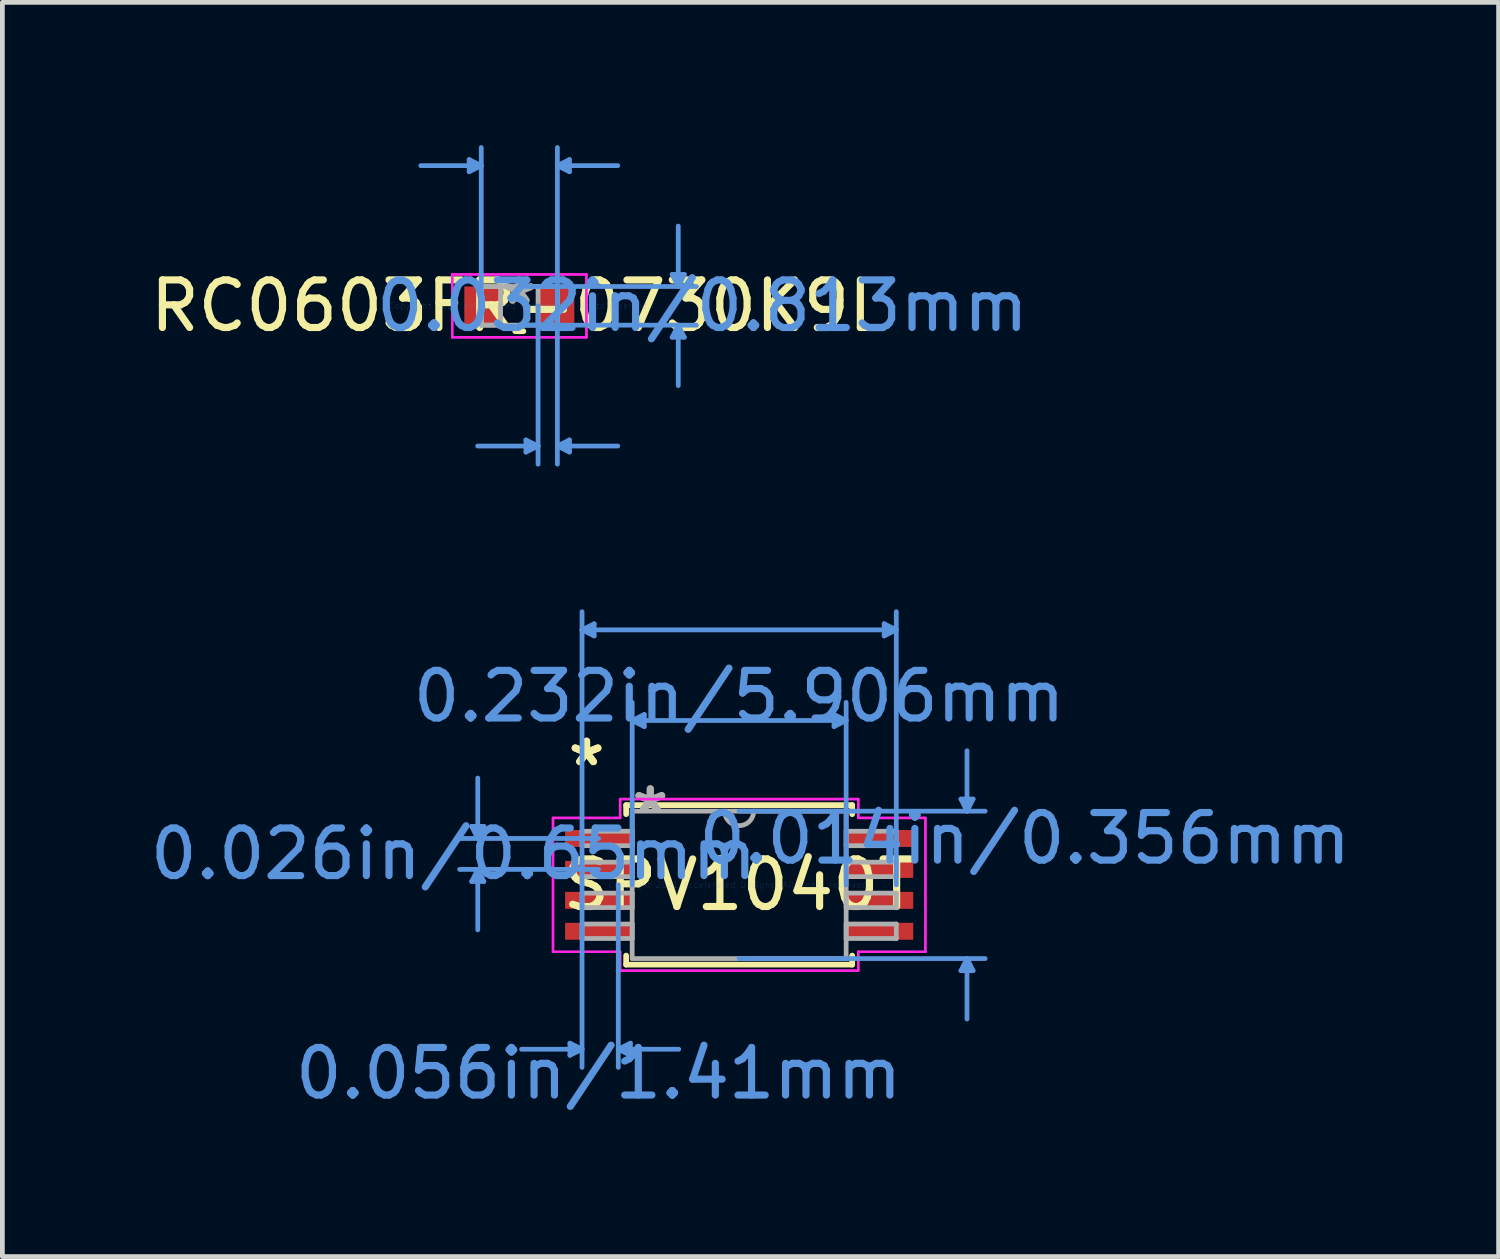
<source format=kicad_pcb>
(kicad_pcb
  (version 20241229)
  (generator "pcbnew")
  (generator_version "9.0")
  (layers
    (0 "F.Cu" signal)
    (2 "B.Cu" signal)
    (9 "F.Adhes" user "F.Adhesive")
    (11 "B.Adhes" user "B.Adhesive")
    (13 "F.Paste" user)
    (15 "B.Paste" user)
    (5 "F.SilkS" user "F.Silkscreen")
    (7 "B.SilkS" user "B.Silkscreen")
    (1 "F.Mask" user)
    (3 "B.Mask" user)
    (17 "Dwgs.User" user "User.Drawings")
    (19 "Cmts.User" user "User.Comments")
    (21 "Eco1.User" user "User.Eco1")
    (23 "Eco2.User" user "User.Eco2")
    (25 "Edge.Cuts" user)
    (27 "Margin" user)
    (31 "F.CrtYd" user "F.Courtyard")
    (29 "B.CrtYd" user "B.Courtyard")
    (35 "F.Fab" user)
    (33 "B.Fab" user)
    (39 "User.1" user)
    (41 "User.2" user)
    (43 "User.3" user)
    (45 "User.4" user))
  (footprint "SPV1040T"
    (layer "F.Cu")
    (at 12.483 15.545)
    (property "Reference" "SPV1040T" (at 0 0 0) (layer "F.SilkS") (effects (font (size 1 1) (thickness 0.15))))
    (attr through_hole)
    (fp_line (start -2.375 -1.676) (end -2.375 -1.486) (stroke (width 0.12) (type solid)) (layer "F.SilkS"))
    (fp_line (start -2.375 1.486) (end -2.375 1.676) (stroke (width 0.12) (type solid)) (layer "F.SilkS"))
    (fp_line (start -2.375 1.676) (end 2.375 1.676) (stroke (width 0.12) (type solid)) (layer "F.SilkS"))
    (fp_line (start 2.375 -1.676) (end -2.375 -1.676) (stroke (width 0.12) (type solid)) (layer "F.SilkS"))
    (fp_line (start 2.375 -1.486) (end 2.375 -1.676) (stroke (width 0.12) (type solid)) (layer "F.SilkS"))
    (fp_line (start 2.375 1.676) (end 2.375 1.486) (stroke (width 0.12) (type solid)) (layer "F.SilkS"))
    (fp_line (start -5.62 -1.229) (end -5.366 -1.229) (stroke (width 0.1) (type solid)) (layer "Cmts.User"))
    (fp_line (start -5.62 -0.071) (end -5.366 -0.071) (stroke (width 0.1) (type solid)) (layer "Cmts.User"))
    (fp_line (start -5.493 -0.975) (end -5.62 -1.229) (stroke (width 0.1) (type solid)) (layer "Cmts.User"))
    (fp_line (start -5.493 -0.975) (end -5.493 -2.245) (stroke (width 0.1) (type solid)) (layer "Cmts.User"))
    (fp_line (start -5.493 -0.975) (end -5.366 -1.229) (stroke (width 0.1) (type solid)) (layer "Cmts.User"))
    (fp_line (start -5.493 -0.325) (end -5.62 -0.071) (stroke (width 0.1) (type solid)) (layer "Cmts.User"))
    (fp_line (start -5.493 -0.325) (end -5.493 0.945) (stroke (width 0.1) (type solid)) (layer "Cmts.User"))
    (fp_line (start -5.493 -0.325) (end -5.366 -0.071) (stroke (width 0.1) (type solid)) (layer "Cmts.User"))
    (fp_line (start -3.556 3.327) (end -3.556 3.581) (stroke (width 0.1) (type solid)) (layer "Cmts.User"))
    (fp_line (start -3.302 -5.359) (end -3.048 -5.486) (stroke (width 0.1) (type solid)) (layer "Cmts.User"))
    (fp_line (start -3.302 -5.359) (end -3.048 -5.232) (stroke (width 0.1) (type solid)) (layer "Cmts.User"))
    (fp_line (start -3.302 -5.359) (end 3.302 -5.359) (stroke (width 0.1) (type solid)) (layer "Cmts.User"))
    (fp_line (start -3.302 0) (end -3.302 -5.74) (stroke (width 0.1) (type solid)) (layer "Cmts.User"))
    (fp_line (start -3.302 0) (end -3.302 3.835) (stroke (width 0.1) (type solid)) (layer "Cmts.User"))
    (fp_line (start -3.302 3.454) (end -4.572 3.454) (stroke (width 0.1) (type solid)) (layer "Cmts.User"))
    (fp_line (start -3.302 3.454) (end -3.556 3.327) (stroke (width 0.1) (type solid)) (layer "Cmts.User"))
    (fp_line (start -3.302 3.454) (end -3.556 3.581) (stroke (width 0.1) (type solid)) (layer "Cmts.User"))
    (fp_line (start -3.048 -5.486) (end -3.048 -5.232) (stroke (width 0.1) (type solid)) (layer "Cmts.User"))
    (fp_line (start -2.953 -0.975) (end -5.874 -0.975) (stroke (width 0.1) (type solid)) (layer "Cmts.User"))
    (fp_line (start -2.953 -0.325) (end -5.874 -0.325) (stroke (width 0.1) (type solid)) (layer "Cmts.User"))
    (fp_line (start -2.54 0) (end -2.54 3.835) (stroke (width 0.1) (type solid)) (layer "Cmts.User"))
    (fp_line (start -2.54 3.454) (end -2.286 3.327) (stroke (width 0.1) (type solid)) (layer "Cmts.User"))
    (fp_line (start -2.54 3.454) (end -2.286 3.581) (stroke (width 0.1) (type solid)) (layer "Cmts.User"))
    (fp_line (start -2.54 3.454) (end -1.27 3.454) (stroke (width 0.1) (type solid)) (layer "Cmts.User"))
    (fp_line (start -2.286 3.327) (end -2.286 3.581) (stroke (width 0.1) (type solid)) (layer "Cmts.User"))
    (fp_line (start -2.248 -3.454) (end -1.994 -3.581) (stroke (width 0.1) (type solid)) (layer "Cmts.User"))
    (fp_line (start -2.248 -3.454) (end -1.994 -3.327) (stroke (width 0.1) (type solid)) (layer "Cmts.User"))
    (fp_line (start -2.248 -3.454) (end 2.248 -3.454) (stroke (width 0.1) (type solid)) (layer "Cmts.User"))
    (fp_line (start -2.248 0) (end -2.248 -3.835) (stroke (width 0.1) (type solid)) (layer "Cmts.User"))
    (fp_line (start -1.994 -3.581) (end -1.994 -3.327) (stroke (width 0.1) (type solid)) (layer "Cmts.User"))
    (fp_line (start 0 -1.549) (end 5.169 -1.549) (stroke (width 0.1) (type solid)) (layer "Cmts.User"))
    (fp_line (start 0 1.549) (end 5.169 1.549) (stroke (width 0.1) (type solid)) (layer "Cmts.User"))
    (fp_line (start 1.994 -3.581) (end 1.994 -3.327) (stroke (width 0.1) (type solid)) (layer "Cmts.User"))
    (fp_line (start 2.248 -3.454) (end 1.994 -3.581) (stroke (width 0.1) (type solid)) (layer "Cmts.User"))
    (fp_line (start 2.248 -3.454) (end 1.994 -3.327) (stroke (width 0.1) (type solid)) (layer "Cmts.User"))
    (fp_line (start 2.248 0) (end 2.248 -3.835) (stroke (width 0.1) (type solid)) (layer "Cmts.User"))
    (fp_line (start 3.048 -5.486) (end 3.048 -5.232) (stroke (width 0.1) (type solid)) (layer "Cmts.User"))
    (fp_line (start 3.302 -5.359) (end 3.048 -5.486) (stroke (width 0.1) (type solid)) (layer "Cmts.User"))
    (fp_line (start 3.302 -5.359) (end 3.048 -5.232) (stroke (width 0.1) (type solid)) (layer "Cmts.User"))
    (fp_line (start 3.302 0) (end 3.302 -5.74) (stroke (width 0.1) (type solid)) (layer "Cmts.User"))
    (fp_line (start 4.661 -1.803) (end 4.915 -1.803) (stroke (width 0.1) (type solid)) (layer "Cmts.User"))
    (fp_line (start 4.661 1.803) (end 4.915 1.803) (stroke (width 0.1) (type solid)) (layer "Cmts.User"))
    (fp_line (start 4.788 -1.549) (end 4.661 -1.803) (stroke (width 0.1) (type solid)) (layer "Cmts.User"))
    (fp_line (start 4.788 -1.549) (end 4.788 -2.819) (stroke (width 0.1) (type solid)) (layer "Cmts.User"))
    (fp_line (start 4.788 -1.549) (end 4.915 -1.803) (stroke (width 0.1) (type solid)) (layer "Cmts.User"))
    (fp_line (start 4.788 1.549) (end 4.661 1.803) (stroke (width 0.1) (type solid)) (layer "Cmts.User"))
    (fp_line (start 4.788 1.549) (end 4.788 2.819) (stroke (width 0.1) (type solid)) (layer "Cmts.User"))
    (fp_line (start 4.788 1.549) (end 4.915 1.803) (stroke (width 0.1) (type solid)) (layer "Cmts.User"))
    (fp_line (start -3.912 -1.407) (end -2.502 -1.407) (stroke (width 0.05) (type solid)) (layer "F.CrtYd"))
    (fp_line (start -3.912 -1.407) (end -2.502 -1.407) (stroke (width 0.05) (type solid)) (layer "F.CrtYd"))
    (fp_line (start -3.912 1.407) (end -3.912 -1.407) (stroke (width 0.05) (type solid)) (layer "F.CrtYd"))
    (fp_line (start -3.912 1.407) (end -3.912 -1.407) (stroke (width 0.05) (type solid)) (layer "F.CrtYd"))
    (fp_line (start -3.912 1.407) (end -2.502 1.407) (stroke (width 0.05) (type solid)) (layer "F.CrtYd"))
    (fp_line (start -2.502 -1.803) (end 2.502 -1.803) (stroke (width 0.05) (type solid)) (layer "F.CrtYd"))
    (fp_line (start -2.502 -1.803) (end 2.502 -1.803) (stroke (width 0.05) (type solid)) (layer "F.CrtYd"))
    (fp_line (start -2.502 -1.407) (end -2.502 -1.803) (stroke (width 0.05) (type solid)) (layer "F.CrtYd"))
    (fp_line (start -2.502 -1.407) (end -2.502 -1.803) (stroke (width 0.05) (type solid)) (layer "F.CrtYd"))
    (fp_line (start -2.502 1.407) (end -3.912 1.407) (stroke (width 0.05) (type solid)) (layer "F.CrtYd"))
    (fp_line (start -2.502 1.803) (end -2.502 1.407) (stroke (width 0.05) (type solid)) (layer "F.CrtYd"))
    (fp_line (start -2.502 1.803) (end -2.502 1.407) (stroke (width 0.05) (type solid)) (layer "F.CrtYd"))
    (fp_line (start 2.502 -1.803) (end 2.502 -1.407) (stroke (width 0.05) (type solid)) (layer "F.CrtYd"))
    (fp_line (start 2.502 -1.803) (end 2.502 -1.407) (stroke (width 0.05) (type solid)) (layer "F.CrtYd"))
    (fp_line (start 2.502 -1.407) (end 3.912 -1.407) (stroke (width 0.05) (type solid)) (layer "F.CrtYd"))
    (fp_line (start 2.502 1.407) (end 2.502 1.803) (stroke (width 0.05) (type solid)) (layer "F.CrtYd"))
    (fp_line (start 2.502 1.407) (end 2.502 1.803) (stroke (width 0.05) (type solid)) (layer "F.CrtYd"))
    (fp_line (start 2.502 1.803) (end -2.502 1.803) (stroke (width 0.05) (type solid)) (layer "F.CrtYd"))
    (fp_line (start 2.502 1.803) (end -2.502 1.803) (stroke (width 0.05) (type solid)) (layer "F.CrtYd"))
    (fp_line (start 3.912 -1.407) (end 2.502 -1.407) (stroke (width 0.05) (type solid)) (layer "F.CrtYd"))
    (fp_line (start 3.912 -1.407) (end 3.912 1.407) (stroke (width 0.05) (type solid)) (layer "F.CrtYd"))
    (fp_line (start 3.912 -1.407) (end 3.912 1.407) (stroke (width 0.05) (type solid)) (layer "F.CrtYd"))
    (fp_line (start 3.912 1.407) (end 2.502 1.407) (stroke (width 0.05) (type solid)) (layer "F.CrtYd"))
    (fp_line (start 3.912 1.407) (end 2.502 1.407) (stroke (width 0.05) (type solid)) (layer "F.CrtYd"))
    (fp_line (start -3.302 -1.127) (end -3.302 -0.823) (stroke (width 0.1) (type solid)) (layer "F.Fab"))
    (fp_line (start -3.302 -0.823) (end -2.248 -0.823) (stroke (width 0.1) (type solid)) (layer "F.Fab"))
    (fp_line (start -3.302 -0.477) (end -3.302 -0.173) (stroke (width 0.1) (type solid)) (layer "F.Fab"))
    (fp_line (start -3.302 -0.173) (end -2.248 -0.173) (stroke (width 0.1) (type solid)) (layer "F.Fab"))
    (fp_line (start -3.302 0.173) (end -3.302 0.477) (stroke (width 0.1) (type solid)) (layer "F.Fab"))
    (fp_line (start -3.302 0.477) (end -2.248 0.477) (stroke (width 0.1) (type solid)) (layer "F.Fab"))
    (fp_line (start -3.302 0.823) (end -3.302 1.127) (stroke (width 0.1) (type solid)) (layer "F.Fab"))
    (fp_line (start -3.302 1.127) (end -2.248 1.127) (stroke (width 0.1) (type solid)) (layer "F.Fab"))
    (fp_line (start -2.248 -1.549) (end -2.248 1.549) (stroke (width 0.1) (type solid)) (layer "F.Fab"))
    (fp_line (start -2.248 -1.127) (end -3.302 -1.127) (stroke (width 0.1) (type solid)) (layer "F.Fab"))
    (fp_line (start -2.248 -0.823) (end -2.248 -1.127) (stroke (width 0.1) (type solid)) (layer "F.Fab"))
    (fp_line (start -2.248 -0.477) (end -3.302 -0.477) (stroke (width 0.1) (type solid)) (layer "F.Fab"))
    (fp_line (start -2.248 -0.173) (end -2.248 -0.477) (stroke (width 0.1) (type solid)) (layer "F.Fab"))
    (fp_line (start -2.248 0.173) (end -3.302 0.173) (stroke (width 0.1) (type solid)) (layer "F.Fab"))
    (fp_line (start -2.248 0.477) (end -2.248 0.173) (stroke (width 0.1) (type solid)) (layer "F.Fab"))
    (fp_line (start -2.248 0.823) (end -3.302 0.823) (stroke (width 0.1) (type solid)) (layer "F.Fab"))
    (fp_line (start -2.248 1.127) (end -2.248 0.823) (stroke (width 0.1) (type solid)) (layer "F.Fab"))
    (fp_line (start -2.248 1.549) (end 2.248 1.549) (stroke (width 0.1) (type solid)) (layer "F.Fab"))
    (fp_line (start 2.248 -1.549) (end -2.248 -1.549) (stroke (width 0.1) (type solid)) (layer "F.Fab"))
    (fp_line (start 2.248 -1.127) (end 2.248 -0.823) (stroke (width 0.1) (type solid)) (layer "F.Fab"))
    (fp_line (start 2.248 -0.823) (end 3.302 -0.823) (stroke (width 0.1) (type solid)) (layer "F.Fab"))
    (fp_line (start 2.248 -0.477) (end 2.248 -0.173) (stroke (width 0.1) (type solid)) (layer "F.Fab"))
    (fp_line (start 2.248 -0.173) (end 3.302 -0.173) (stroke (width 0.1) (type solid)) (layer "F.Fab"))
    (fp_line (start 2.248 0.173) (end 2.248 0.477) (stroke (width 0.1) (type solid)) (layer "F.Fab"))
    (fp_line (start 2.248 0.477) (end 3.302 0.477) (stroke (width 0.1) (type solid)) (layer "F.Fab"))
    (fp_line (start 2.248 0.823) (end 2.248 1.127) (stroke (width 0.1) (type solid)) (layer "F.Fab"))
    (fp_line (start 2.248 1.127) (end 3.302 1.127) (stroke (width 0.1) (type solid)) (layer "F.Fab"))
    (fp_line (start 2.248 1.549) (end 2.248 -1.549) (stroke (width 0.1) (type solid)) (layer "F.Fab"))
    (fp_line (start 3.302 -1.127) (end 2.248 -1.127) (stroke (width 0.1) (type solid)) (layer "F.Fab"))
    (fp_line (start 3.302 -0.823) (end 3.302 -1.127) (stroke (width 0.1) (type solid)) (layer "F.Fab"))
    (fp_line (start 3.302 -0.477) (end 2.248 -0.477) (stroke (width 0.1) (type solid)) (layer "F.Fab"))
    (fp_line (start 3.302 -0.173) (end 3.302 -0.477) (stroke (width 0.1) (type solid)) (layer "F.Fab"))
    (fp_line (start 3.302 0.173) (end 2.248 0.173) (stroke (width 0.1) (type solid)) (layer "F.Fab"))
    (fp_line (start 3.302 0.477) (end 3.302 0.173) (stroke (width 0.1) (type solid)) (layer "F.Fab"))
    (fp_line (start 3.302 0.823) (end 2.248 0.823) (stroke (width 0.1) (type solid)) (layer "F.Fab"))
    (fp_line (start 3.302 1.127) (end 3.302 0.823) (stroke (width 0.1) (type solid)) (layer "F.Fab"))
    (fp_arc (start 0.3048 -1.5494) (mid 0 -1.2446) (end -0.3048 -1.5494) (stroke (width 0.1) (type solid)) (layer "F.Fab"))
    (fp_text user "*" (at -3.207 -2.474 0) (layer "F.SilkS") (effects (font (size 1 1) (thickness 0.15))))
    (fp_text user "*" (at -3.207 -2.474 0) (layer "F.SilkS") (effects (font (size 1 1) (thickness 0.15))))
    (fp_text user "0.014in/0.356mm" (at 6.001 -0.975 0) (layer "Cmts.User") (effects (font (size 1 1) (thickness 0.15))))
    (fp_text user "0.026in/0.65mm" (at -6.001 -0.65 0) (layer "Cmts.User") (effects (font (size 1 1) (thickness 0.15))))
    (fp_text user "Copyright 2021 Accelerated Designs. All rights reserved." (at 0 0 0) (layer "Cmts.User") (effects (font (size 0.127 0.127) (thickness 0.002))))
    (fp_text user "0.232in/5.906mm" (at 0 -3.962 0) (layer "Cmts.User") (effects (font (size 1 1) (thickness 0.15))))
    (fp_text user "0.056in/1.41mm" (at -2.953 3.962 0) (layer "Cmts.User") (effects (font (size 1 1) (thickness 0.15))))
    (fp_text user "*" (at -1.867 -1.473 0) (layer "F.Fab") (effects (font (size 1 1) (thickness 0.15))))
    (fp_text user "*" (at -1.867 -1.473 0) (layer "F.Fab") (effects (font (size 1 1) (thickness 0.15))))
    (pad "1" smd rect (at -2.953 -0.975) (size 1.41 0.356) (layers "F.Cu" "F.Mask" "F.Paste"))
    (pad "2" smd rect (at -2.953 -0.325) (size 1.41 0.356) (layers "F.Cu" "F.Mask" "F.Paste"))
    (pad "3" smd rect (at -2.953 0.325) (size 1.41 0.356) (layers "F.Cu" "F.Mask" "F.Paste"))
    (pad "4" smd rect (at -2.953 0.975) (size 1.41 0.356) (layers "F.Cu" "F.Mask" "F.Paste"))
    (pad "5" smd rect (at 2.953 0.975) (size 1.41 0.356) (layers "F.Cu" "F.Mask" "F.Paste"))
    (pad "6" smd rect (at 2.953 0.325) (size 1.41 0.356) (layers "F.Cu" "F.Mask" "F.Paste"))
    (pad "7" smd rect (at 2.953 -0.325) (size 1.41 0.356) (layers "F.Cu" "F.Mask" "F.Paste"))
    (pad "8" smd rect (at 2.953 -0.975) (size 1.41 0.356) (layers "F.Cu" "F.Mask" "F.Paste")))
  (footprint "RC0603FR-0730K9L"
    (layer "F.Cu")
    (at 7.863 3.377)
    (property "Reference" "RC0603FR-0730K9L" (at 0 0 0) (layer "F.SilkS") (effects (font (size 1 1) (thickness 0.15))))
    (attr through_hole)
    (fp_line (start -0.086 0.533) (end 0.086 0.533) (stroke (width 0.12) (type solid)) (layer "F.SilkS"))
    (fp_line (start 0.086 -0.533) (end -0.086 -0.533) (stroke (width 0.12) (type solid)) (layer "F.SilkS"))
    (fp_line (start -1.054 -3.073) (end -1.054 -2.819) (stroke (width 0.1) (type solid)) (layer "Cmts.User"))
    (fp_line (start -0.8 -2.946) (end -2.07 -2.946) (stroke (width 0.1) (type solid)) (layer "Cmts.User"))
    (fp_line (start -0.8 -2.946) (end -1.054 -3.073) (stroke (width 0.1) (type solid)) (layer "Cmts.User"))
    (fp_line (start -0.8 -2.946) (end -1.054 -2.819) (stroke (width 0.1) (type solid)) (layer "Cmts.User"))
    (fp_line (start -0.8 0) (end -0.8 -3.327) (stroke (width 0.1) (type solid)) (layer "Cmts.User"))
    (fp_line (start 0 -0.406) (end 3.721 -0.406) (stroke (width 0.1) (type solid)) (layer "Cmts.User"))
    (fp_line (start 0 0.406) (end 3.721 0.406) (stroke (width 0.1) (type solid)) (layer "Cmts.User"))
    (fp_line (start 0.14 2.819) (end 0.14 3.073) (stroke (width 0.1) (type solid)) (layer "Cmts.User"))
    (fp_line (start 0.394 0) (end 0.394 3.327) (stroke (width 0.1) (type solid)) (layer "Cmts.User"))
    (fp_line (start 0.394 2.946) (end -0.876 2.946) (stroke (width 0.1) (type solid)) (layer "Cmts.User"))
    (fp_line (start 0.394 2.946) (end 0.14 2.819) (stroke (width 0.1) (type solid)) (layer "Cmts.User"))
    (fp_line (start 0.394 2.946) (end 0.14 3.073) (stroke (width 0.1) (type solid)) (layer "Cmts.User"))
    (fp_line (start 0.8 -2.946) (end 1.054 -3.073) (stroke (width 0.1) (type solid)) (layer "Cmts.User"))
    (fp_line (start 0.8 -2.946) (end 1.054 -2.819) (stroke (width 0.1) (type solid)) (layer "Cmts.User"))
    (fp_line (start 0.8 -2.946) (end 2.07 -2.946) (stroke (width 0.1) (type solid)) (layer "Cmts.User"))
    (fp_line (start 0.8 0) (end 0.8 -3.327) (stroke (width 0.1) (type solid)) (layer "Cmts.User"))
    (fp_line (start 0.8 0) (end 0.8 3.327) (stroke (width 0.1) (type solid)) (layer "Cmts.User"))
    (fp_line (start 0.8 2.946) (end 1.054 2.819) (stroke (width 0.1) (type solid)) (layer "Cmts.User"))
    (fp_line (start 0.8 2.946) (end 1.054 3.073) (stroke (width 0.1) (type solid)) (layer "Cmts.User"))
    (fp_line (start 0.8 2.946) (end 2.07 2.946) (stroke (width 0.1) (type solid)) (layer "Cmts.User"))
    (fp_line (start 1.054 -3.073) (end 1.054 -2.819) (stroke (width 0.1) (type solid)) (layer "Cmts.User"))
    (fp_line (start 1.054 2.819) (end 1.054 3.073) (stroke (width 0.1) (type solid)) (layer "Cmts.User"))
    (fp_line (start 3.213 -0.66) (end 3.467 -0.66) (stroke (width 0.1) (type solid)) (layer "Cmts.User"))
    (fp_line (start 3.213 0.66) (end 3.467 0.66) (stroke (width 0.1) (type solid)) (layer "Cmts.User"))
    (fp_line (start 3.34 -0.406) (end 3.213 -0.66) (stroke (width 0.1) (type solid)) (layer "Cmts.User"))
    (fp_line (start 3.34 -0.406) (end 3.34 -1.676) (stroke (width 0.1) (type solid)) (layer "Cmts.User"))
    (fp_line (start 3.34 -0.406) (end 3.467 -0.66) (stroke (width 0.1) (type solid)) (layer "Cmts.User"))
    (fp_line (start 3.34 0.406) (end 3.213 0.66) (stroke (width 0.1) (type solid)) (layer "Cmts.User"))
    (fp_line (start 3.34 0.406) (end 3.34 1.676) (stroke (width 0.1) (type solid)) (layer "Cmts.User"))
    (fp_line (start 3.34 0.406) (end 3.467 0.66) (stroke (width 0.1) (type solid)) (layer "Cmts.User"))
    (fp_line (start -1.41 -0.66) (end 1.41 -0.66) (stroke (width 0.05) (type solid)) (layer "F.CrtYd"))
    (fp_line (start -1.41 -0.66) (end 1.41 -0.66) (stroke (width 0.05) (type solid)) (layer "F.CrtYd"))
    (fp_line (start -1.41 0.66) (end -1.41 -0.66) (stroke (width 0.05) (type solid)) (layer "F.CrtYd"))
    (fp_line (start -1.41 0.66) (end -1.41 -0.66) (stroke (width 0.05) (type solid)) (layer "F.CrtYd"))
    (fp_line (start 1.41 -0.66) (end 1.41 0.66) (stroke (width 0.05) (type solid)) (layer "F.CrtYd"))
    (fp_line (start 1.41 -0.66) (end 1.41 0.66) (stroke (width 0.05) (type solid)) (layer "F.CrtYd"))
    (fp_line (start 1.41 0.66) (end -1.41 0.66) (stroke (width 0.05) (type solid)) (layer "F.CrtYd"))
    (fp_line (start 1.41 0.66) (end -1.41 0.66) (stroke (width 0.05) (type solid)) (layer "F.CrtYd"))
    (fp_line (start -0.8 -0.406) (end -0.8 0.406) (stroke (width 0.1) (type solid)) (layer "F.Fab"))
    (fp_line (start -0.8 -0.406) (end -0.8 0.406) (stroke (width 0.1) (type solid)) (layer "F.Fab"))
    (fp_line (start -0.8 0.406) (end -0.394 0.406) (stroke (width 0.1) (type solid)) (layer "F.Fab"))
    (fp_line (start -0.8 0.406) (end 0.8 0.406) (stroke (width 0.1) (type solid)) (layer "F.Fab"))
    (fp_line (start -0.394 -0.406) (end -0.8 -0.406) (stroke (width 0.1) (type solid)) (layer "F.Fab"))
    (fp_line (start -0.394 0.406) (end -0.394 -0.406) (stroke (width 0.1) (type solid)) (layer "F.Fab"))
    (fp_line (start 0.394 -0.406) (end 0.394 0.406) (stroke (width 0.1) (type solid)) (layer "F.Fab"))
    (fp_line (start 0.394 0.406) (end 0.8 0.406) (stroke (width 0.1) (type solid)) (layer "F.Fab"))
    (fp_line (start 0.8 -0.406) (end -0.8 -0.406) (stroke (width 0.1) (type solid)) (layer "F.Fab"))
    (fp_line (start 0.8 -0.406) (end 0.394 -0.406) (stroke (width 0.1) (type solid)) (layer "F.Fab"))
    (fp_line (start 0.8 0.406) (end 0.8 -0.406) (stroke (width 0.1) (type solid)) (layer "F.Fab"))
    (fp_line (start 0.8 0.406) (end 0.8 -0.406) (stroke (width 0.1) (type solid)) (layer "F.Fab"))
    (fp_text user "0.032in/0.813mm" (at 3.848 0 0) (layer "Cmts.User") (effects (font (size 1 1) (thickness 0.15))))
    (fp_text user "Copyright 2021 Accelerated Designs. All rights reserved." (at 0 0 0) (layer "Cmts.User") (effects (font (size 0.127 0.127) (thickness 0.002))))
    (fp_text user "*" (at 0 0 0) (layer "F.Fab") (effects (font (size 1 1) (thickness 0.15))))
    (pad "1" smd rect (at -0.775 0) (size 0.762 0.813) (layers "F.Cu" "F.Mask" "F.Paste"))
    (pad "2" smd rect (at 0.775 0) (size 0.762 0.813) (layers "F.Cu" "F.Mask" "F.Paste")))
  (gr_rect
    (start -3 -3)
    (end 28.442 23.356)
    (stroke (width 0.1) (type default))
    (fill no)
    (layer "Edge.Cuts")))
</source>
